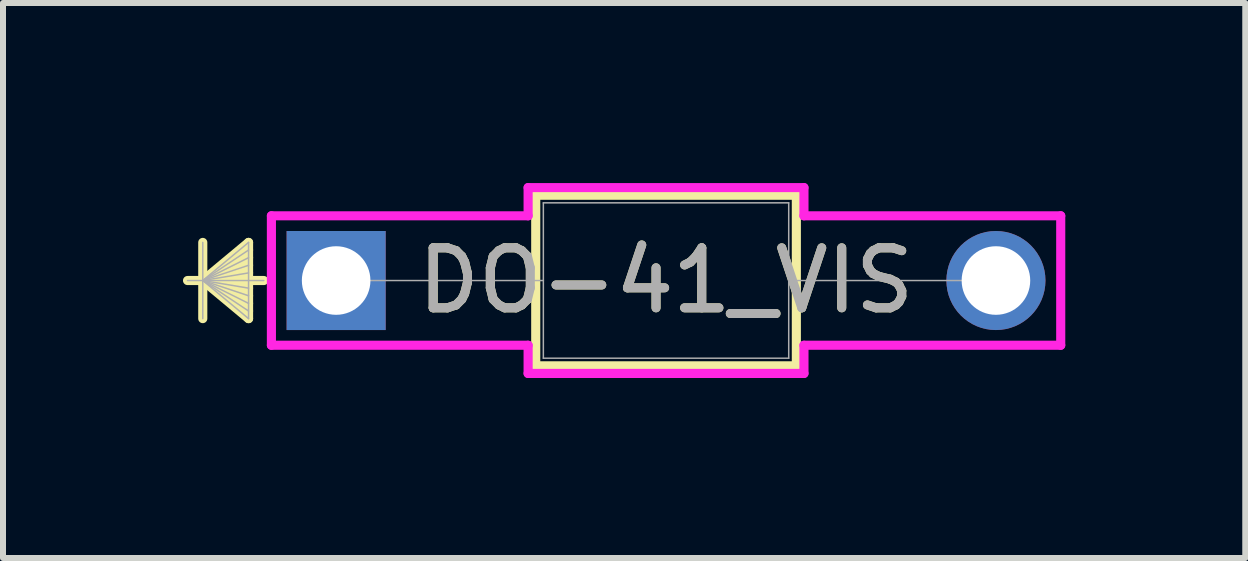
<source format=kicad_pcb>
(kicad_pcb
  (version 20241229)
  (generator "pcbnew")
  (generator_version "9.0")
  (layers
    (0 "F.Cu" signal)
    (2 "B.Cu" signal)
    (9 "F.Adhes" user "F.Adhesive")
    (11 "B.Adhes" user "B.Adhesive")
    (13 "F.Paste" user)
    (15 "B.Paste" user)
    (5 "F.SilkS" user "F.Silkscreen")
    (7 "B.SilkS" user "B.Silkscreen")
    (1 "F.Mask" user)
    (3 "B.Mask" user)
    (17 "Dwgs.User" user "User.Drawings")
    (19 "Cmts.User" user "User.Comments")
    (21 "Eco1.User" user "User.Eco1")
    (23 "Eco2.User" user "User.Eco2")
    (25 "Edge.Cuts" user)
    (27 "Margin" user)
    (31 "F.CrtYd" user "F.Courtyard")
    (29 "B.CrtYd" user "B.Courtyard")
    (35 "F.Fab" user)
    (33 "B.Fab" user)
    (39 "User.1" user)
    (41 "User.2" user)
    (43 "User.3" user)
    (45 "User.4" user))
  (footprint "DO-41_VIS"
    (layer "F.Cu")
    (at 2.553 1.626)
    (property "Reference" "DO-41_VIS" (at 5.499 0 0) (unlocked yes) (layer "F.SilkS") (effects (font (size 1 1) (thickness 0.15))))
    (attr through_hole)
    (fp_line (start -2.223 -0.635) (end -2.223 0.635) (stroke (width 0.152) (type solid)) (layer "F.SilkS"))
    (fp_line (start -2.223 0) (end -1.46 -0.635) (stroke (width 0.152) (type solid)) (layer "F.SilkS"))
    (fp_line (start -2.223 0) (end -1.46 -0.508) (stroke (width 0.152) (type solid)) (layer "F.SilkS"))
    (fp_line (start -2.223 0) (end -1.46 -0.381) (stroke (width 0.152) (type solid)) (layer "F.SilkS"))
    (fp_line (start -2.223 0) (end -1.46 -0.254) (stroke (width 0.152) (type solid)) (layer "F.SilkS"))
    (fp_line (start -2.223 0) (end -1.46 -0.127) (stroke (width 0.152) (type solid)) (layer "F.SilkS"))
    (fp_line (start -2.223 0) (end -1.46 0.127) (stroke (width 0.152) (type solid)) (layer "F.SilkS"))
    (fp_line (start -2.223 0) (end -1.46 0.254) (stroke (width 0.152) (type solid)) (layer "F.SilkS"))
    (fp_line (start -2.223 0) (end -1.46 0.381) (stroke (width 0.152) (type solid)) (layer "F.SilkS"))
    (fp_line (start -2.223 0) (end -1.46 0.508) (stroke (width 0.152) (type solid)) (layer "F.SilkS"))
    (fp_line (start -2.223 0) (end -1.46 0.635) (stroke (width 0.152) (type solid)) (layer "F.SilkS"))
    (fp_line (start -1.46 -0.635) (end -1.46 0.635) (stroke (width 0.152) (type solid)) (layer "F.SilkS"))
    (fp_line (start -1.206 0) (end -2.477 0) (stroke (width 0.152) (type solid)) (layer "F.SilkS"))
    (fp_line (start 3.327 -1.422) (end 3.327 1.422) (stroke (width 0.152) (type solid)) (layer "F.SilkS"))
    (fp_line (start 3.327 1.422) (end 7.671 1.422) (stroke (width 0.152) (type solid)) (layer "F.SilkS"))
    (fp_line (start 7.671 -1.422) (end 3.327 -1.422) (stroke (width 0.152) (type solid)) (layer "F.SilkS"))
    (fp_line (start 7.671 1.422) (end 7.671 -1.422) (stroke (width 0.152) (type solid)) (layer "F.SilkS"))
    (fp_line (start -1.079 -1.079) (end 3.2 -1.079) (stroke (width 0.152) (type solid)) (layer "F.CrtYd"))
    (fp_line (start -1.079 1.079) (end -1.079 -1.079) (stroke (width 0.152) (type solid)) (layer "F.CrtYd"))
    (fp_line (start 3.2 -1.549) (end 7.798 -1.549) (stroke (width 0.152) (type solid)) (layer "F.CrtYd"))
    (fp_line (start 3.2 -1.079) (end 3.2 -1.549) (stroke (width 0.152) (type solid)) (layer "F.CrtYd"))
    (fp_line (start 3.2 1.079) (end -1.079 1.079) (stroke (width 0.152) (type solid)) (layer "F.CrtYd"))
    (fp_line (start 3.2 1.549) (end 3.2 1.079) (stroke (width 0.152) (type solid)) (layer "F.CrtYd"))
    (fp_line (start 7.798 -1.549) (end 7.798 -1.079) (stroke (width 0.152) (type solid)) (layer "F.CrtYd"))
    (fp_line (start 7.798 -1.079) (end 12.078 -1.079) (stroke (width 0.152) (type solid)) (layer "F.CrtYd"))
    (fp_line (start 7.798 1.079) (end 7.798 1.549) (stroke (width 0.152) (type solid)) (layer "F.CrtYd"))
    (fp_line (start 7.798 1.549) (end 3.2 1.549) (stroke (width 0.152) (type solid)) (layer "F.CrtYd"))
    (fp_line (start 12.078 -1.079) (end 12.078 1.079) (stroke (width 0.152) (type solid)) (layer "F.CrtYd"))
    (fp_line (start 12.078 1.079) (end 7.798 1.079) (stroke (width 0.152) (type solid)) (layer "F.CrtYd"))
    (fp_line (start -2.223 -0.635) (end -2.223 0.635) (stroke (width 0.025) (type solid)) (layer "F.Fab"))
    (fp_line (start -2.223 0) (end -1.46 -0.635) (stroke (width 0.025) (type solid)) (layer "F.Fab"))
    (fp_line (start -2.223 0) (end -1.46 -0.508) (stroke (width 0.025) (type solid)) (layer "F.Fab"))
    (fp_line (start -2.223 0) (end -1.46 -0.381) (stroke (width 0.025) (type solid)) (layer "F.Fab"))
    (fp_line (start -2.223 0) (end -1.46 -0.254) (stroke (width 0.025) (type solid)) (layer "F.Fab"))
    (fp_line (start -2.223 0) (end -1.46 -0.127) (stroke (width 0.025) (type solid)) (layer "F.Fab"))
    (fp_line (start -2.223 0) (end -1.46 0.127) (stroke (width 0.025) (type solid)) (layer "F.Fab"))
    (fp_line (start -2.223 0) (end -1.46 0.254) (stroke (width 0.025) (type solid)) (layer "F.Fab"))
    (fp_line (start -2.223 0) (end -1.46 0.381) (stroke (width 0.025) (type solid)) (layer "F.Fab"))
    (fp_line (start -2.223 0) (end -1.46 0.508) (stroke (width 0.025) (type solid)) (layer "F.Fab"))
    (fp_line (start -2.223 0) (end -1.46 0.635) (stroke (width 0.025) (type solid)) (layer "F.Fab"))
    (fp_line (start -1.46 -0.635) (end -1.46 0.635) (stroke (width 0.025) (type solid)) (layer "F.Fab"))
    (fp_line (start -1.206 0) (end -2.477 0) (stroke (width 0.025) (type solid)) (layer "F.Fab"))
    (fp_line (start 0 0) (end 3.454 0) (stroke (width 0.025) (type solid)) (layer "F.Fab"))
    (fp_line (start 3.454 -1.295) (end 3.454 1.295) (stroke (width 0.025) (type solid)) (layer "F.Fab"))
    (fp_line (start 3.454 1.295) (end 7.544 1.295) (stroke (width 0.025) (type solid)) (layer "F.Fab"))
    (fp_line (start 7.544 -1.295) (end 3.454 -1.295) (stroke (width 0.025) (type solid)) (layer "F.Fab"))
    (fp_line (start 7.544 1.295) (end 7.544 -1.295) (stroke (width 0.025) (type solid)) (layer "F.Fab"))
    (fp_line (start 10.998 0) (end 7.544 0) (stroke (width 0.025) (type solid)) (layer "F.Fab"))
    (fp_text user "${REFERENCE}" (at 5.499 0 0) (unlocked yes) (layer "F.Fab") (effects (font (size 1 1) (thickness 0.15))))
    (pad "1" thru_hole rect (at 0 0) (size 1.651 1.651) (drill 1.143) (layers "*.Cu" "*.Mask"))
    (pad "2" thru_hole circle (at 10.998 0) (size 1.651 1.651) (drill 1.143) (layers "*.Cu" "*.Mask")))
  (gr_rect
    (start -3 -3)
    (end 17.707 6.251)
    (stroke (width 0.1) (type default))
    (fill no)
    (layer "Edge.Cuts")))
</source>
